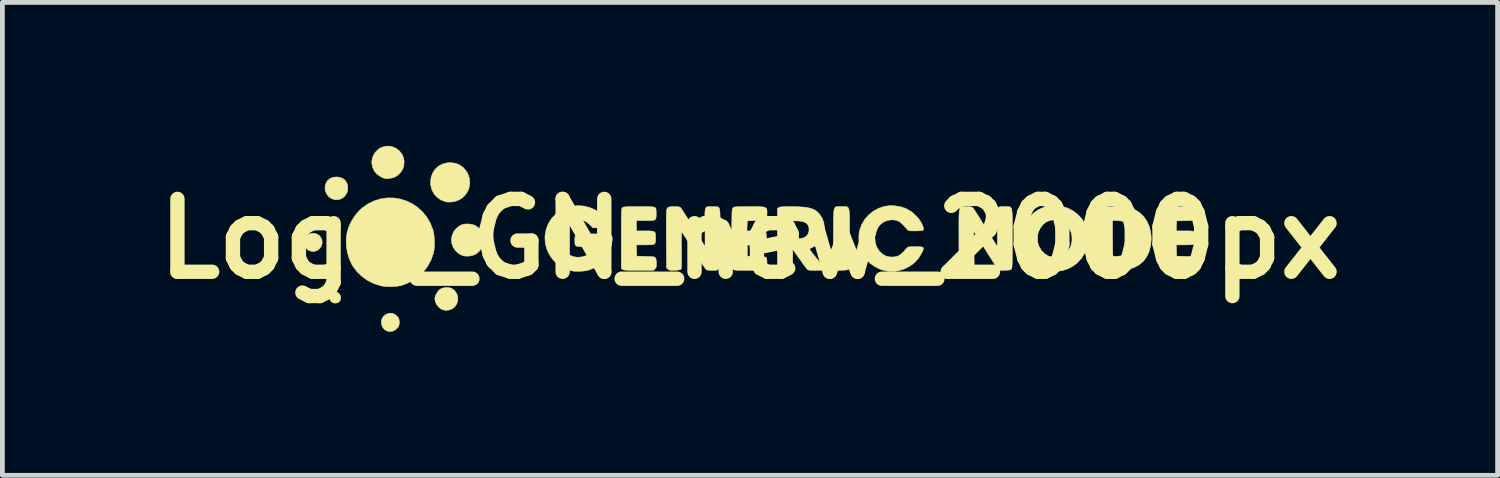
<source format=kicad_pcb>
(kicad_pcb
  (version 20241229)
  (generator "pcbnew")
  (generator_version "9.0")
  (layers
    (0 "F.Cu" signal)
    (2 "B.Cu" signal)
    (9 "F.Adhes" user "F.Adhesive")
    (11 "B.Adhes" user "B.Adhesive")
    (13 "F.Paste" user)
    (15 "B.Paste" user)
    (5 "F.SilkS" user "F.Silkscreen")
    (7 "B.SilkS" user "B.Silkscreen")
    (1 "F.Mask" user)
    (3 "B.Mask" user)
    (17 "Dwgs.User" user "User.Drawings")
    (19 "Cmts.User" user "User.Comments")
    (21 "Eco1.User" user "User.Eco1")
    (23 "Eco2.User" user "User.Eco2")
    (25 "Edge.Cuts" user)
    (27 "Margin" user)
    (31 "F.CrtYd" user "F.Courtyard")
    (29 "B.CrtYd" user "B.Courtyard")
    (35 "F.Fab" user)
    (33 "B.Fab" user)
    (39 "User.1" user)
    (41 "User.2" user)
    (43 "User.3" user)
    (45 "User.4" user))
  (footprint "Logo_GN_new_2000px"
    (layer "F.Cu")
    (at 12.635 1.944)
    (property "Reference" "Logo_GN_new_2000px" (at 0 0 0) (layer "F.SilkS") (effects (font (size 1.524 1.524) (thickness 0.3))))
    (attr through_hole)
    (fp_poly (pts (xy -8.632 1.118) (xy -8.627 1.12) (xy -8.588 1.151) (xy -8.564 1.194) (xy -8.559 1.243) (xy -8.572 1.29) (xy -8.599 1.324) (xy -8.641 1.343) (xy -8.69 1.345) (xy -8.736 1.331) (xy -8.757 1.315) (xy -8.784 1.274) (xy -8.79 1.229) (xy -8.78 1.186) (xy -8.755 1.148) (xy -8.721 1.121) (xy -8.679 1.109) (xy -8.632 1.118)) (stroke (width 0.01) (type solid)) (fill yes) (layer "F.SilkS"))
    (fp_poly (pts (xy -9.05 -0.096) (xy -8.999 -0.059) (xy -8.974 -0.026) (xy -8.95 0.036) (xy -8.948 0.097) (xy -8.965 0.153) (xy -8.997 0.201) (xy -9.042 0.238) (xy -9.096 0.26) (xy -9.155 0.265) (xy -9.217 0.248) (xy -9.236 0.238) (xy -9.277 0.203) (xy -9.311 0.155) (xy -9.331 0.102) (xy -9.335 0.075) (xy -9.325 0.031) (xy -9.302 -0.019) (xy -9.27 -0.063) (xy -9.236 -0.093) (xy -9.175 -0.114) (xy -9.111 -0.115) (xy -9.05 -0.096)) (stroke (width 0.01) (type solid)) (fill yes) (layer "F.SilkS"))
    (fp_poly (pts (xy -7.477 1.558) (xy -7.419 1.585) (xy -7.365 1.637) (xy -7.36 1.643) (xy -7.34 1.688) (xy -7.333 1.744) (xy -7.339 1.8) (xy -7.358 1.846) (xy -7.36 1.849) (xy -7.412 1.9) (xy -7.472 1.931) (xy -7.537 1.94) (xy -7.576 1.934) (xy -7.633 1.906) (xy -7.677 1.86) (xy -7.704 1.799) (xy -7.711 1.745) (xy -7.7 1.677) (xy -7.667 1.622) (xy -7.612 1.58) (xy -7.607 1.577) (xy -7.541 1.555) (xy -7.477 1.558)) (stroke (width 0.01) (type solid)) (fill yes) (layer "F.SilkS"))
    (fp_poly (pts (xy -8.571 -1.284) (xy -8.508 -1.256) (xy -8.468 -1.223) (xy -8.43 -1.164) (xy -8.412 -1.093) (xy -8.413 -1.02) (xy -8.431 -0.959) (xy -8.474 -0.894) (xy -8.53 -0.847) (xy -8.595 -0.821) (xy -8.666 -0.816) (xy -8.738 -0.834) (xy -8.744 -0.837) (xy -8.806 -0.878) (xy -8.852 -0.934) (xy -8.88 -0.999) (xy -8.889 -1.069) (xy -8.878 -1.138) (xy -8.846 -1.203) (xy -8.829 -1.223) (xy -8.777 -1.264) (xy -8.711 -1.287) (xy -8.641 -1.294) (xy -8.571 -1.284)) (stroke (width 0.01) (type solid)) (fill yes) (layer "F.SilkS"))
    (fp_poly (pts (xy -6.297 1.02) (xy -6.241 1.036) (xy -6.236 1.039) (xy -6.175 1.086) (xy -6.133 1.147) (xy -6.111 1.217) (xy -6.111 1.291) (xy -6.133 1.363) (xy -6.175 1.422) (xy -6.232 1.466) (xy -6.299 1.491) (xy -6.37 1.496) (xy -6.439 1.478) (xy -6.446 1.476) (xy -6.509 1.432) (xy -6.556 1.373) (xy -6.585 1.301) (xy -6.591 1.244) (xy -6.582 1.2) (xy -6.559 1.149) (xy -6.527 1.1) (xy -6.492 1.062) (xy -6.482 1.055) (xy -6.427 1.03) (xy -6.362 1.018) (xy -6.297 1.02)) (stroke (width 0.01) (type solid)) (fill yes) (layer "F.SilkS"))
    (fp_poly (pts (xy -6.17 -1.582) (xy -6.079 -1.548) (xy -6 -1.493) (xy -5.934 -1.417) (xy -5.903 -1.362) (xy -5.869 -1.267) (xy -5.86 -1.171) (xy -5.872 -1.078) (xy -5.905 -0.99) (xy -5.958 -0.912) (xy -6.03 -0.847) (xy -6.088 -0.813) (xy -6.17 -0.783) (xy -6.256 -0.768) (xy -6.338 -0.77) (xy -6.366 -0.775) (xy -6.462 -0.811) (xy -6.543 -0.867) (xy -6.608 -0.939) (xy -6.654 -1.025) (xy -6.678 -1.122) (xy -6.682 -1.181) (xy -6.67 -1.284) (xy -6.637 -1.376) (xy -6.585 -1.455) (xy -6.516 -1.518) (xy -6.432 -1.563) (xy -6.335 -1.588) (xy -6.274 -1.593) (xy -6.17 -1.582)) (stroke (width 0.01) (type solid)) (fill yes) (layer "F.SilkS"))
    (fp_poly (pts (xy -7.477 -1.925) (xy -7.402 -1.892) (xy -7.337 -1.842) (xy -7.285 -1.779) (xy -7.249 -1.704) (xy -7.234 -1.619) (xy -7.234 -1.607) (xy -7.241 -1.523) (xy -7.263 -1.454) (xy -7.305 -1.391) (xy -7.319 -1.375) (xy -7.385 -1.316) (xy -7.457 -1.279) (xy -7.54 -1.262) (xy -7.556 -1.26) (xy -7.603 -1.259) (xy -7.638 -1.262) (xy -7.674 -1.274) (xy -7.719 -1.296) (xy -7.722 -1.298) (xy -7.799 -1.351) (xy -7.858 -1.419) (xy -7.895 -1.498) (xy -7.91 -1.586) (xy -7.908 -1.634) (xy -7.887 -1.721) (xy -7.844 -1.8) (xy -7.782 -1.865) (xy -7.722 -1.905) (xy -7.64 -1.933) (xy -7.557 -1.939) (xy -7.477 -1.925)) (stroke (width 0.01) (type solid)) (fill yes) (layer "F.SilkS"))
    (fp_poly (pts (xy -5.823 -0.304) (xy -5.755 -0.282) (xy -5.694 -0.241) (xy -5.664 -0.213) (xy -5.611 -0.144) (xy -5.579 -0.066) (xy -5.568 0.016) (xy -5.577 0.099) (xy -5.605 0.178) (xy -5.651 0.248) (xy -5.715 0.307) (xy -5.756 0.331) (xy -5.806 0.349) (xy -5.869 0.36) (xy -5.933 0.363) (xy -5.986 0.358) (xy -5.988 0.357) (xy -6.057 0.331) (xy -6.118 0.287) (xy -6.156 0.25) (xy -6.208 0.177) (xy -6.237 0.097) (xy -6.244 0.014) (xy -6.231 -0.068) (xy -6.198 -0.145) (xy -6.146 -0.214) (xy -6.075 -0.271) (xy -6.053 -0.283) (xy -6.014 -0.299) (xy -5.97 -0.308) (xy -5.912 -0.311) (xy -5.905 -0.311) (xy -5.823 -0.304)) (stroke (width 0.01) (type solid)) (fill yes) (layer "F.SilkS"))
    (fp_poly (pts (xy -7.454 -0.854) (xy -7.319 -0.833) (xy -7.189 -0.793) (xy -7.066 -0.734) (xy -6.952 -0.658) (xy -6.849 -0.564) (xy -6.76 -0.454) (xy -6.687 -0.329) (xy -6.632 -0.188) (xy -6.627 -0.171) (xy -6.609 -0.082) (xy -6.6 0.02) (xy -6.599 0.125) (xy -6.606 0.225) (xy -6.622 0.305) (xy -6.672 0.445) (xy -6.745 0.578) (xy -6.836 0.698) (xy -6.931 0.791) (xy -7.001 0.842) (xy -7.087 0.891) (xy -7.18 0.935) (xy -7.27 0.969) (xy -7.324 0.983) (xy -7.411 0.996) (xy -7.51 1.001) (xy -7.61 0.999) (xy -7.699 0.988) (xy -7.715 0.984) (xy -7.858 0.94) (xy -7.992 0.874) (xy -8.114 0.788) (xy -8.221 0.684) (xy -8.31 0.565) (xy -8.322 0.545) (xy -8.379 0.424) (xy -8.42 0.29) (xy -8.442 0.149) (xy -8.445 0.008) (xy -8.428 -0.127) (xy -8.391 -0.249) (xy -8.334 -0.371) (xy -8.26 -0.486) (xy -8.173 -0.588) (xy -8.114 -0.643) (xy -7.991 -0.73) (xy -7.861 -0.793) (xy -7.727 -0.835) (xy -7.59 -0.855) (xy -7.454 -0.854)) (stroke (width 0.01) (type solid)) (fill yes) (layer "F.SilkS"))
    (fp_poly (pts (xy 1.887 -0.674) (xy 1.914 -0.673) (xy 1.951 -0.674) (xy 1.983 -0.675) (xy 2.009 -0.673) (xy 2.03 -0.668) (xy 2.047 -0.657) (xy 2.06 -0.638) (xy 2.069 -0.609) (xy 2.076 -0.568) (xy 2.08 -0.513) (xy 2.082 -0.442) (xy 2.083 -0.354) (xy 2.083 -0.245) (xy 2.083 -0.114) (xy 2.083 -0.009) (xy 2.083 0.136) (xy 2.082 0.257) (xy 2.082 0.357) (xy 2.081 0.438) (xy 2.079 0.501) (xy 2.077 0.549) (xy 2.075 0.584) (xy 2.072 0.608) (xy 2.068 0.623) (xy 2.065 0.629) (xy 2.052 0.641) (xy 2.033 0.649) (xy 2 0.654) (xy 1.949 0.657) (xy 1.926 0.658) (xy 1.869 0.66) (xy 1.832 0.659) (xy 1.807 0.655) (xy 1.79 0.646) (xy 1.774 0.632) (xy 1.772 0.63) (xy 1.739 0.597) (xy 1.743 -0.02) (xy 1.743 -0.166) (xy 1.744 -0.289) (xy 1.745 -0.39) (xy 1.746 -0.472) (xy 1.749 -0.537) (xy 1.754 -0.586) (xy 1.762 -0.622) (xy 1.772 -0.647) (xy 1.786 -0.663) (xy 1.804 -0.671) (xy 1.826 -0.675) (xy 1.854 -0.675) (xy 1.887 -0.674)) (stroke (width 0.01) (type solid)) (fill yes) (layer "F.SilkS"))
    (fp_poly (pts (xy 6.515 -0.681) (xy 6.515 -0.681) (xy 6.643 -0.642) (xy 6.757 -0.584) (xy 6.855 -0.509) (xy 6.937 -0.42) (xy 7 -0.319) (xy 7.044 -0.208) (xy 7.068 -0.09) (xy 7.07 0.033) (xy 7.05 0.158) (xy 7.006 0.283) (xy 6.998 0.299) (xy 6.932 0.408) (xy 6.848 0.501) (xy 6.749 0.576) (xy 6.637 0.632) (xy 6.517 0.668) (xy 6.391 0.681) (xy 6.273 0.673) (xy 6.142 0.641) (xy 6.023 0.59) (xy 5.919 0.52) (xy 5.831 0.436) (xy 5.761 0.337) (xy 5.712 0.226) (xy 5.683 0.106) (xy 5.677 0.013) (xy 5.679 -0.007) (xy 6.014 -0.007) (xy 6.014 -0.007) (xy 6.016 0.054) (xy 6.023 0.101) (xy 6.037 0.143) (xy 6.047 0.165) (xy 6.097 0.247) (xy 6.161 0.312) (xy 6.234 0.357) (xy 6.255 0.366) (xy 6.303 0.376) (xy 6.365 0.379) (xy 6.43 0.377) (xy 6.486 0.368) (xy 6.495 0.366) (xy 6.546 0.341) (xy 6.6 0.298) (xy 6.651 0.244) (xy 6.691 0.186) (xy 6.712 0.141) (xy 6.733 0.044) (xy 6.732 -0.051) (xy 6.713 -0.14) (xy 6.676 -0.22) (xy 6.624 -0.289) (xy 6.558 -0.344) (xy 6.481 -0.381) (xy 6.394 -0.397) (xy 6.375 -0.398) (xy 6.28 -0.387) (xy 6.198 -0.354) (xy 6.128 -0.3) (xy 6.071 -0.223) (xy 6.055 -0.193) (xy 6.033 -0.145) (xy 6.021 -0.106) (xy 6.015 -0.064) (xy 6.014 -0.007) (xy 5.679 -0.007) (xy 5.689 -0.12) (xy 5.722 -0.244) (xy 5.775 -0.356) (xy 5.845 -0.456) (xy 5.931 -0.54) (xy 6.03 -0.609) (xy 6.14 -0.658) (xy 6.259 -0.688) (xy 6.384 -0.696) (xy 6.515 -0.681)) (stroke (width 0.01) (type solid)) (fill yes) (layer "F.SilkS"))
    (fp_poly (pts (xy 9.158 -0.672) (xy 9.221 -0.67) (xy 9.267 -0.664) (xy 9.299 -0.655) (xy 9.319 -0.64) (xy 9.329 -0.619) (xy 9.334 -0.59) (xy 9.335 -0.553) (xy 9.335 -0.523) (xy 9.334 -0.473) (xy 9.33 -0.437) (xy 9.319 -0.411) (xy 9.298 -0.395) (xy 9.263 -0.386) (xy 9.21 -0.381) (xy 9.137 -0.379) (xy 9.105 -0.378) (xy 8.922 -0.375) (xy 8.914 -0.165) (xy 9.098 -0.165) (xy 9.178 -0.165) (xy 9.237 -0.162) (xy 9.277 -0.154) (xy 9.302 -0.139) (xy 9.315 -0.115) (xy 9.321 -0.08) (xy 9.322 -0.03) (xy 9.322 -0.019) (xy 9.321 0.033) (xy 9.317 0.071) (xy 9.305 0.097) (xy 9.282 0.114) (xy 9.246 0.123) (xy 9.191 0.126) (xy 9.115 0.127) (xy 9.098 0.127) (xy 8.914 0.127) (xy 8.922 0.362) (xy 9.116 0.368) (xy 9.194 0.371) (xy 9.25 0.375) (xy 9.288 0.379) (xy 9.31 0.385) (xy 9.321 0.393) (xy 9.322 0.394) (xy 9.328 0.415) (xy 9.332 0.454) (xy 9.334 0.502) (xy 9.334 0.509) (xy 9.335 0.551) (xy 9.333 0.584) (xy 9.328 0.61) (xy 9.316 0.628) (xy 9.294 0.641) (xy 9.259 0.649) (xy 9.209 0.653) (xy 9.142 0.656) (xy 9.054 0.657) (xy 8.977 0.658) (xy 8.876 0.659) (xy 8.797 0.659) (xy 8.738 0.658) (xy 8.695 0.656) (xy 8.664 0.654) (xy 8.644 0.649) (xy 8.63 0.644) (xy 8.626 0.641) (xy 8.598 0.621) (xy 8.598 -0.634) (xy 8.626 -0.653) (xy 8.639 -0.66) (xy 8.658 -0.664) (xy 8.687 -0.668) (xy 8.73 -0.671) (xy 8.788 -0.672) (xy 8.866 -0.673) (xy 8.965 -0.673) (xy 8.969 -0.673) (xy 9.075 -0.673) (xy 9.158 -0.672)) (stroke (width 0.01) (type solid)) (fill yes) (layer "F.SilkS"))
    (fp_poly (pts (xy 7.663 -0.671) (xy 7.774 -0.666) (xy 7.866 -0.657) (xy 7.944 -0.643) (xy 8.01 -0.623) (xy 8.069 -0.597) (xy 8.123 -0.563) (xy 8.146 -0.547) (xy 8.231 -0.467) (xy 8.299 -0.37) (xy 8.349 -0.259) (xy 8.38 -0.138) (xy 8.391 -0.008) (xy 8.381 0.125) (xy 8.379 0.136) (xy 8.347 0.264) (xy 8.297 0.373) (xy 8.23 0.465) (xy 8.143 0.54) (xy 8.039 0.597) (xy 7.944 0.63) (xy 7.907 0.638) (xy 7.859 0.644) (xy 7.796 0.65) (xy 7.716 0.653) (xy 7.614 0.656) (xy 7.586 0.657) (xy 7.304 0.663) (xy 7.271 0.63) (xy 7.238 0.597) (xy 7.242 -0.017) (xy 7.582 -0.017) (xy 7.582 0.078) (xy 7.583 0.164) (xy 7.585 0.238) (xy 7.586 0.298) (xy 7.588 0.34) (xy 7.591 0.36) (xy 7.591 0.361) (xy 7.609 0.366) (xy 7.646 0.367) (xy 7.694 0.364) (xy 7.748 0.359) (xy 7.801 0.352) (xy 7.846 0.343) (xy 7.875 0.335) (xy 7.929 0.301) (xy 7.978 0.25) (xy 8.017 0.189) (xy 8.033 0.147) (xy 8.047 0.077) (xy 8.051 -0.006) (xy 8.046 -0.088) (xy 8.032 -0.158) (xy 8.031 -0.164) (xy 7.997 -0.235) (xy 7.949 -0.296) (xy 7.891 -0.34) (xy 7.871 -0.349) (xy 7.83 -0.361) (xy 7.772 -0.371) (xy 7.707 -0.378) (xy 7.699 -0.378) (xy 7.582 -0.384) (xy 7.582 -0.017) (xy 7.242 -0.017) (xy 7.242 -0.02) (xy 7.243 -0.161) (xy 7.243 -0.279) (xy 7.244 -0.376) (xy 7.246 -0.454) (xy 7.247 -0.515) (xy 7.249 -0.562) (xy 7.251 -0.596) (xy 7.254 -0.62) (xy 7.257 -0.636) (xy 7.261 -0.646) (xy 7.266 -0.652) (xy 7.27 -0.655) (xy 7.285 -0.662) (xy 7.311 -0.667) (xy 7.351 -0.67) (xy 7.408 -0.672) (xy 7.486 -0.673) (xy 7.53 -0.673) (xy 7.663 -0.671)) (stroke (width 0.01) (type solid)) (fill yes) (layer "F.SilkS"))
    (fp_poly (pts (xy -2.226 -0.673) (xy -2.146 -0.672) (xy -2.085 -0.67) (xy -2.042 -0.668) (xy -2.012 -0.664) (xy -1.994 -0.659) (xy -1.987 -0.655) (xy -1.974 -0.642) (xy -1.967 -0.623) (xy -1.963 -0.591) (xy -1.962 -0.54) (xy -1.962 -0.53) (xy -1.962 -0.477) (xy -1.966 -0.438) (xy -1.975 -0.411) (xy -1.995 -0.395) (xy -2.028 -0.385) (xy -2.077 -0.382) (xy -2.147 -0.381) (xy -2.186 -0.381) (xy -2.375 -0.381) (xy -2.375 -0.165) (xy -2.2 -0.165) (xy -2.119 -0.165) (xy -2.061 -0.162) (xy -2.021 -0.155) (xy -1.995 -0.142) (xy -1.982 -0.12) (xy -1.976 -0.086) (xy -1.975 -0.04) (xy -1.975 -0.022) (xy -1.975 0.032) (xy -1.979 0.071) (xy -1.988 0.098) (xy -2.009 0.114) (xy -2.042 0.123) (xy -2.093 0.126) (xy -2.165 0.127) (xy -2.193 0.127) (xy -2.376 0.127) (xy -2.369 0.362) (xy -2.178 0.368) (xy -2.105 0.371) (xy -2.053 0.373) (xy -2.019 0.377) (xy -1.997 0.382) (xy -1.984 0.389) (xy -1.976 0.399) (xy -1.972 0.406) (xy -1.964 0.436) (xy -1.958 0.48) (xy -1.956 0.518) (xy -1.957 0.565) (xy -1.964 0.596) (xy -1.977 0.618) (xy -1.987 0.629) (xy -2.018 0.66) (xy -2.327 0.66) (xy -2.427 0.66) (xy -2.504 0.659) (xy -2.562 0.658) (xy -2.604 0.655) (xy -2.633 0.652) (xy -2.652 0.647) (xy -2.664 0.641) (xy -2.692 0.621) (xy -2.692 -0.005) (xy -2.692 -0.148) (xy -2.692 -0.267) (xy -2.692 -0.365) (xy -2.691 -0.444) (xy -2.69 -0.507) (xy -2.689 -0.555) (xy -2.686 -0.59) (xy -2.684 -0.615) (xy -2.681 -0.632) (xy -2.676 -0.643) (xy -2.672 -0.65) (xy -2.669 -0.652) (xy -2.659 -0.659) (xy -2.644 -0.664) (xy -2.62 -0.667) (xy -2.584 -0.67) (xy -2.534 -0.672) (xy -2.465 -0.673) (xy -2.376 -0.673) (xy -2.329 -0.673) (xy -2.226 -0.673)) (stroke (width 0.01) (type solid)) (fill yes) (layer "F.SilkS"))
    (fp_poly (pts (xy 0.995 -0.671) (xy 1.104 -0.665) (xy 1.195 -0.654) (xy 1.269 -0.637) (xy 1.331 -0.614) (xy 1.382 -0.584) (xy 1.426 -0.546) (xy 1.46 -0.508) (xy 1.512 -0.424) (xy 1.544 -0.333) (xy 1.555 -0.229) (xy 1.555 -0.216) (xy 1.545 -0.107) (xy 1.513 -0.013) (xy 1.461 0.068) (xy 1.387 0.134) (xy 1.292 0.186) (xy 1.261 0.199) (xy 1.252 0.204) (xy 1.249 0.211) (xy 1.253 0.224) (xy 1.265 0.246) (xy 1.288 0.278) (xy 1.323 0.323) (xy 1.372 0.385) (xy 1.398 0.417) (xy 1.455 0.489) (xy 1.497 0.544) (xy 1.526 0.585) (xy 1.543 0.613) (xy 1.55 0.631) (xy 1.549 0.642) (xy 1.548 0.643) (xy 1.535 0.651) (xy 1.508 0.656) (xy 1.464 0.659) (xy 1.399 0.66) (xy 1.376 0.66) (xy 1.308 0.66) (xy 1.261 0.658) (xy 1.23 0.654) (xy 1.21 0.648) (xy 1.197 0.638) (xy 1.183 0.621) (xy 1.157 0.587) (xy 1.121 0.539) (xy 1.08 0.482) (xy 1.035 0.419) (xy 0.895 0.223) (xy 0.892 0.419) (xy 0.89 0.503) (xy 0.887 0.565) (xy 0.879 0.608) (xy 0.866 0.635) (xy 0.844 0.651) (xy 0.811 0.658) (xy 0.765 0.66) (xy 0.732 0.66) (xy 0.667 0.658) (xy 0.624 0.651) (xy 0.6 0.641) (xy 0.572 0.621) (xy 0.572 0) (xy 0.888 0) (xy 0.973 0) (xy 1.026 -0.002) (xy 1.076 -0.008) (xy 1.106 -0.015) (xy 1.165 -0.044) (xy 1.207 -0.091) (xy 1.231 -0.15) (xy 1.234 -0.218) (xy 1.231 -0.239) (xy 1.209 -0.294) (xy 1.169 -0.334) (xy 1.11 -0.36) (xy 1.03 -0.372) (xy 0.997 -0.373) (xy 0.895 -0.375) (xy 0.888 0) (xy 0.572 0) (xy 0.572 -0.634) (xy 0.6 -0.653) (xy 0.614 -0.661) (xy 0.637 -0.666) (xy 0.671 -0.669) (xy 0.72 -0.672) (xy 0.787 -0.673) (xy 0.863 -0.673) (xy 0.995 -0.671)) (stroke (width 0.01) (type solid)) (fill yes) (layer "F.SilkS"))
    (fp_poly (pts (xy 3.011 -0.693) (xy 3.148 -0.671) (xy 3.27 -0.629) (xy 3.379 -0.564) (xy 3.476 -0.478) (xy 3.539 -0.403) (xy 3.573 -0.35) (xy 3.601 -0.296) (xy 3.62 -0.247) (xy 3.628 -0.207) (xy 3.624 -0.182) (xy 3.619 -0.177) (xy 3.599 -0.172) (xy 3.56 -0.169) (xy 3.508 -0.166) (xy 3.457 -0.165) (xy 3.394 -0.165) (xy 3.352 -0.167) (xy 3.325 -0.17) (xy 3.307 -0.177) (xy 3.294 -0.188) (xy 3.285 -0.198) (xy 3.223 -0.27) (xy 3.17 -0.323) (xy 3.121 -0.36) (xy 3.073 -0.382) (xy 3.022 -0.394) (xy 2.968 -0.397) (xy 2.877 -0.386) (xy 2.796 -0.353) (xy 2.727 -0.301) (xy 2.671 -0.232) (xy 2.633 -0.15) (xy 2.613 -0.056) (xy 2.611 -0.02) (xy 2.62 0.081) (xy 2.648 0.169) (xy 2.697 0.247) (xy 2.712 0.265) (xy 2.777 0.325) (xy 2.846 0.362) (xy 2.925 0.379) (xy 2.968 0.381) (xy 3.032 0.377) (xy 3.088 0.362) (xy 3.139 0.335) (xy 3.191 0.292) (xy 3.248 0.231) (xy 3.28 0.193) (xy 3.291 0.181) (xy 3.305 0.173) (xy 3.327 0.169) (xy 3.363 0.166) (xy 3.416 0.165) (xy 3.459 0.165) (xy 3.533 0.166) (xy 3.584 0.169) (xy 3.614 0.178) (xy 3.626 0.195) (xy 3.623 0.223) (xy 3.606 0.264) (xy 3.587 0.302) (xy 3.52 0.411) (xy 3.433 0.504) (xy 3.331 0.579) (xy 3.214 0.635) (xy 3.108 0.666) (xy 3.031 0.679) (xy 2.966 0.683) (xy 2.899 0.679) (xy 2.849 0.672) (xy 2.726 0.639) (xy 2.612 0.584) (xy 2.509 0.51) (xy 2.422 0.42) (xy 2.352 0.315) (xy 2.311 0.222) (xy 2.29 0.14) (xy 2.278 0.046) (xy 2.276 -0.051) (xy 2.284 -0.14) (xy 2.292 -0.178) (xy 2.336 -0.298) (xy 2.4 -0.406) (xy 2.482 -0.5) (xy 2.578 -0.577) (xy 2.686 -0.637) (xy 2.804 -0.677) (xy 2.928 -0.695) (xy 3.011 -0.693)) (stroke (width 0.01) (type solid)) (fill yes) (layer "F.SilkS"))
    (fp_poly (pts (xy 0.177 -0.672) (xy 0.241 -0.67) (xy 0.287 -0.664) (xy 0.319 -0.655) (xy 0.339 -0.64) (xy 0.35 -0.62) (xy 0.355 -0.592) (xy 0.356 -0.555) (xy 0.355 -0.524) (xy 0.354 -0.474) (xy 0.35 -0.433) (xy 0.344 -0.408) (xy 0.343 -0.406) (xy 0.333 -0.399) (xy 0.312 -0.393) (xy 0.276 -0.388) (xy 0.223 -0.384) (xy 0.148 -0.381) (xy 0.137 -0.381) (xy -0.057 -0.375) (xy -0.065 -0.165) (xy 0.118 -0.165) (xy 0.199 -0.165) (xy 0.257 -0.162) (xy 0.297 -0.155) (xy 0.322 -0.141) (xy 0.336 -0.118) (xy 0.342 -0.083) (xy 0.343 -0.035) (xy 0.343 -0.017) (xy 0.342 0.034) (xy 0.338 0.071) (xy 0.327 0.097) (xy 0.305 0.113) (xy 0.269 0.123) (xy 0.216 0.127) (xy 0.142 0.129) (xy 0.12 0.13) (xy -0.057 0.133) (xy -0.057 0.362) (xy 0.137 0.368) (xy 0.215 0.371) (xy 0.271 0.375) (xy 0.309 0.379) (xy 0.331 0.385) (xy 0.342 0.393) (xy 0.343 0.394) (xy 0.349 0.415) (xy 0.353 0.454) (xy 0.355 0.503) (xy 0.355 0.511) (xy 0.356 0.554) (xy 0.354 0.588) (xy 0.348 0.614) (xy 0.334 0.633) (xy 0.311 0.646) (xy 0.275 0.654) (xy 0.224 0.658) (xy 0.154 0.66) (xy 0.064 0.66) (xy -0.013 0.66) (xy -0.111 0.66) (xy -0.187 0.66) (xy -0.244 0.659) (xy -0.285 0.657) (xy -0.313 0.654) (xy -0.332 0.65) (xy -0.345 0.644) (xy -0.354 0.636) (xy -0.356 0.635) (xy -0.361 0.628) (xy -0.366 0.62) (xy -0.37 0.608) (xy -0.373 0.589) (xy -0.376 0.562) (xy -0.378 0.524) (xy -0.379 0.473) (xy -0.38 0.407) (xy -0.381 0.324) (xy -0.381 0.222) (xy -0.381 0.097) (xy -0.381 -0.006) (xy -0.381 -0.147) (xy -0.381 -0.265) (xy -0.38 -0.362) (xy -0.38 -0.44) (xy -0.379 -0.501) (xy -0.377 -0.548) (xy -0.375 -0.583) (xy -0.373 -0.608) (xy -0.369 -0.624) (xy -0.365 -0.635) (xy -0.36 -0.643) (xy -0.356 -0.648) (xy -0.346 -0.656) (xy -0.335 -0.662) (xy -0.317 -0.666) (xy -0.291 -0.669) (xy -0.252 -0.671) (xy -0.198 -0.672) (xy -0.125 -0.673) (xy -0.031 -0.673) (xy -0.013 -0.673) (xy 0.094 -0.673) (xy 0.177 -0.672)) (stroke (width 0.01) (type solid)) (fill yes) (layer "F.SilkS"))
    (fp_poly (pts (xy -3.475 -0.685) (xy -3.355 -0.655) (xy -3.242 -0.607) (xy -3.139 -0.541) (xy -3.051 -0.461) (xy -2.98 -0.367) (xy -2.956 -0.322) (xy -2.94 -0.287) (xy -2.934 -0.263) (xy -2.941 -0.246) (xy -2.963 -0.236) (xy -3.004 -0.231) (xy -3.065 -0.229) (xy -3.115 -0.229) (xy -3.284 -0.229) (xy -3.341 -0.287) (xy -3.409 -0.346) (xy -3.48 -0.382) (xy -3.561 -0.397) (xy -3.594 -0.398) (xy -3.685 -0.387) (xy -3.763 -0.354) (xy -3.834 -0.298) (xy -3.851 -0.28) (xy -3.902 -0.211) (xy -3.934 -0.138) (xy -3.947 -0.055) (xy -3.947 0.017) (xy -3.933 0.114) (xy -3.903 0.196) (xy -3.853 0.266) (xy -3.822 0.297) (xy -3.764 0.343) (xy -3.705 0.37) (xy -3.636 0.383) (xy -3.586 0.385) (xy -3.494 0.375) (xy -3.412 0.346) (xy -3.346 0.3) (xy -3.314 0.263) (xy -3.289 0.227) (xy -3.276 0.201) (xy -3.277 0.184) (xy -3.295 0.173) (xy -3.331 0.168) (xy -3.389 0.165) (xy -3.453 0.165) (xy -3.53 0.165) (xy -3.586 0.162) (xy -3.624 0.155) (xy -3.647 0.141) (xy -3.659 0.119) (xy -3.663 0.085) (xy -3.664 0.038) (xy -3.664 0.035) (xy -3.664 -0.003) (xy -3.662 -0.034) (xy -3.655 -0.057) (xy -3.641 -0.074) (xy -3.617 -0.086) (xy -3.58 -0.094) (xy -3.528 -0.099) (xy -3.459 -0.101) (xy -3.369 -0.102) (xy -3.272 -0.102) (xy -3.162 -0.102) (xy -3.075 -0.101) (xy -3.009 -0.099) (xy -2.96 -0.094) (xy -2.925 -0.087) (xy -2.903 -0.075) (xy -2.89 -0.059) (xy -2.885 -0.037) (xy -2.883 -0.009) (xy -2.883 0.019) (xy -2.894 0.122) (xy -2.925 0.229) (xy -2.973 0.333) (xy -3.034 0.428) (xy -3.107 0.507) (xy -3.109 0.509) (xy -3.179 0.561) (xy -3.263 0.609) (xy -3.35 0.646) (xy -3.377 0.655) (xy -3.434 0.668) (xy -3.506 0.676) (xy -3.584 0.68) (xy -3.659 0.679) (xy -3.719 0.672) (xy -3.84 0.638) (xy -3.952 0.583) (xy -4.051 0.51) (xy -4.136 0.42) (xy -4.204 0.318) (xy -4.254 0.205) (xy -4.283 0.085) (xy -4.289 -0.04) (xy -4.288 -0.06) (xy -4.265 -0.191) (xy -4.221 -0.31) (xy -4.156 -0.417) (xy -4.072 -0.509) (xy -3.971 -0.585) (xy -3.854 -0.643) (xy -3.724 -0.681) (xy -3.721 -0.682) (xy -3.598 -0.694) (xy -3.475 -0.685)) (stroke (width 0.01) (type solid)) (fill yes) (layer "F.SilkS"))
    (fp_poly (pts (xy -0.826 -0.673) (xy -0.788 -0.673) (xy -0.737 -0.672) (xy -0.695 -0.669) (xy -0.669 -0.665) (xy -0.665 -0.663) (xy -0.656 -0.656) (xy -0.648 -0.645) (xy -0.641 -0.63) (xy -0.635 -0.607) (xy -0.631 -0.576) (xy -0.628 -0.532) (xy -0.626 -0.476) (xy -0.624 -0.403) (xy -0.623 -0.313) (xy -0.623 -0.202) (xy -0.622 -0.07) (xy -0.622 -0.000258) (xy -0.622 0.598) (xy -0.653 0.629) (xy -0.671 0.645) (xy -0.692 0.654) (xy -0.721 0.659) (xy -0.766 0.66) (xy -0.791 0.66) (xy -0.851 0.658) (xy -0.895 0.653) (xy -0.918 0.645) (xy -0.929 0.63) (xy -0.952 0.597) (xy -0.985 0.548) (xy -1.027 0.484) (xy -1.075 0.41) (xy -1.127 0.327) (xy -1.169 0.26) (xy -1.224 0.172) (xy -1.276 0.09) (xy -1.322 0.017) (xy -1.361 -0.045) (xy -1.392 -0.092) (xy -1.412 -0.123) (xy -1.419 -0.133) (xy -1.424 -0.138) (xy -1.428 -0.135) (xy -1.431 -0.121) (xy -1.433 -0.095) (xy -1.434 -0.054) (xy -1.434 0.004) (xy -1.434 0.083) (xy -1.433 0.183) (xy -1.433 0.231) (xy -1.432 0.346) (xy -1.432 0.438) (xy -1.432 0.51) (xy -1.434 0.563) (xy -1.436 0.6) (xy -1.44 0.624) (xy -1.444 0.636) (xy -1.445 0.637) (xy -1.468 0.647) (xy -1.512 0.654) (xy -1.573 0.658) (xy -1.628 0.66) (xy -1.666 0.658) (xy -1.691 0.652) (xy -1.71 0.641) (xy -1.715 0.637) (xy -1.746 0.612) (xy -1.75 0.03) (xy -1.751 -0.091) (xy -1.751 -0.205) (xy -1.751 -0.309) (xy -1.75 -0.402) (xy -1.75 -0.479) (xy -1.749 -0.539) (xy -1.748 -0.578) (xy -1.746 -0.593) (xy -1.737 -0.628) (xy -1.721 -0.651) (xy -1.694 -0.665) (xy -1.651 -0.671) (xy -1.588 -0.673) (xy -1.587 -0.673) (xy -1.529 -0.672) (xy -1.49 -0.669) (xy -1.466 -0.661) (xy -1.451 -0.651) (xy -1.439 -0.635) (xy -1.416 -0.6) (xy -1.383 -0.548) (xy -1.341 -0.483) (xy -1.293 -0.407) (xy -1.241 -0.322) (xy -1.189 -0.238) (xy -1.134 -0.148) (xy -1.083 -0.066) (xy -1.038 0.007) (xy -1 0.067) (xy -0.97 0.113) (xy -0.951 0.143) (xy -0.944 0.152) (xy -0.942 0.14) (xy -0.941 0.106) (xy -0.941 0.052) (xy -0.94 -0.018) (xy -0.941 -0.102) (xy -0.941 -0.195) (xy -0.942 -0.242) (xy -0.943 -0.359) (xy -0.944 -0.452) (xy -0.944 -0.525) (xy -0.941 -0.58) (xy -0.935 -0.619) (xy -0.925 -0.646) (xy -0.91 -0.662) (xy -0.889 -0.671) (xy -0.861 -0.673) (xy -0.826 -0.673)) (stroke (width 0.01) (type solid)) (fill yes) (layer "F.SilkS"))
    (fp_poly (pts (xy 4.498 -0.674) (xy 4.524 -0.673) (xy 4.582 -0.672) (xy 4.621 -0.668) (xy 4.646 -0.659) (xy 4.658 -0.651) (xy 4.671 -0.635) (xy 4.695 -0.6) (xy 4.728 -0.549) (xy 4.77 -0.484) (xy 4.818 -0.408) (xy 4.87 -0.324) (xy 4.913 -0.254) (xy 4.967 -0.165) (xy 5.018 -0.082) (xy 5.064 -0.009) (xy 5.102 0.053) (xy 5.132 0.101) (xy 5.152 0.132) (xy 5.159 0.143) (xy 5.163 0.146) (xy 5.167 0.138) (xy 5.17 0.118) (xy 5.171 0.082) (xy 5.172 0.03) (xy 5.173 -0.041) (xy 5.172 -0.134) (xy 5.171 -0.229) (xy 5.17 -0.347) (xy 5.169 -0.443) (xy 5.169 -0.517) (xy 5.172 -0.574) (xy 5.178 -0.615) (xy 5.188 -0.643) (xy 5.203 -0.66) (xy 5.223 -0.669) (xy 5.25 -0.673) (xy 5.284 -0.673) (xy 5.323 -0.673) (xy 5.359 -0.674) (xy 5.39 -0.674) (xy 5.415 -0.673) (xy 5.435 -0.668) (xy 5.452 -0.657) (xy 5.464 -0.637) (xy 5.473 -0.608) (xy 5.479 -0.567) (xy 5.483 -0.511) (xy 5.486 -0.44) (xy 5.487 -0.35) (xy 5.487 -0.241) (xy 5.486 -0.109) (xy 5.486 -0.009) (xy 5.486 0.136) (xy 5.486 0.257) (xy 5.485 0.357) (xy 5.484 0.438) (xy 5.483 0.502) (xy 5.481 0.55) (xy 5.478 0.585) (xy 5.475 0.609) (xy 5.472 0.623) (xy 5.468 0.629) (xy 5.454 0.642) (xy 5.431 0.651) (xy 5.393 0.656) (xy 5.348 0.658) (xy 5.295 0.66) (xy 5.249 0.659) (xy 5.219 0.656) (xy 5.215 0.656) (xy 5.203 0.648) (xy 5.185 0.628) (xy 5.16 0.596) (xy 5.127 0.548) (xy 5.084 0.483) (xy 5.031 0.401) (xy 4.967 0.299) (xy 4.934 0.248) (xy 4.878 0.157) (xy 4.825 0.074) (xy 4.778 0.000316) (xy 4.739 -0.062) (xy 4.708 -0.109) (xy 4.688 -0.14) (xy 4.68 -0.152) (xy 4.679 -0.152) (xy 4.679 -0.14) (xy 4.678 -0.106) (xy 4.679 -0.052) (xy 4.679 0.018) (xy 4.681 0.1) (xy 4.682 0.193) (xy 4.683 0.227) (xy 4.685 0.335) (xy 4.686 0.42) (xy 4.687 0.486) (xy 4.687 0.535) (xy 4.685 0.57) (xy 4.683 0.594) (xy 4.679 0.611) (xy 4.673 0.621) (xy 4.666 0.63) (xy 4.663 0.633) (xy 4.646 0.647) (xy 4.624 0.655) (xy 4.59 0.659) (xy 4.539 0.66) (xy 4.53 0.66) (xy 4.466 0.658) (xy 4.422 0.652) (xy 4.397 0.641) (xy 4.369 0.621) (xy 4.369 -0.005) (xy 4.369 -0.153) (xy 4.368 -0.277) (xy 4.369 -0.38) (xy 4.37 -0.464) (xy 4.372 -0.53) (xy 4.377 -0.581) (xy 4.383 -0.618) (xy 4.393 -0.644) (xy 4.405 -0.661) (xy 4.422 -0.67) (xy 4.442 -0.674) (xy 4.467 -0.675) (xy 4.498 -0.674)) (stroke (width 0.01) (type solid)) (fill yes) (layer "F.SilkS")))
  (gr_rect
    (start -3 -3)
    (end 28.269 6.89)
    (stroke (width 0.1) (type default))
    (fill no)
    (layer "Edge.Cuts")))
</source>
